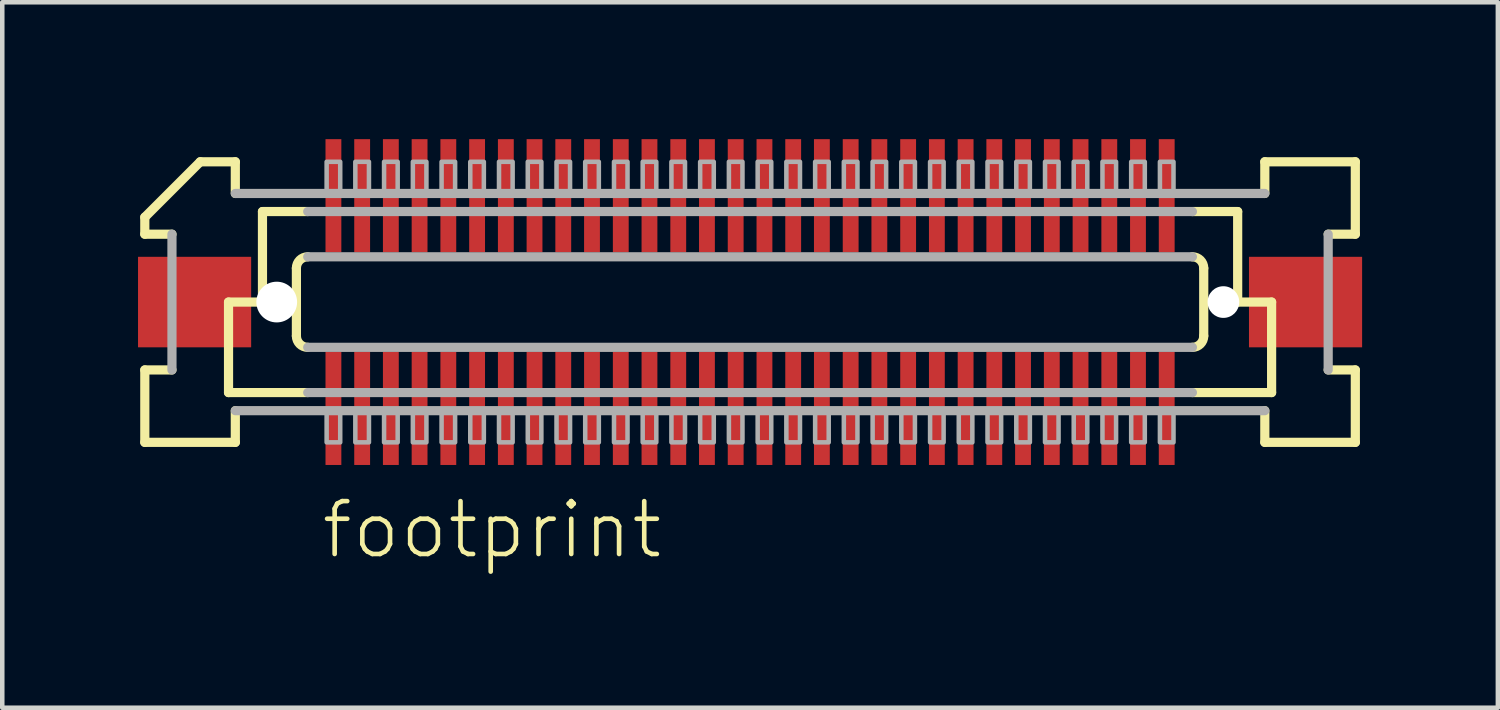
<source format=kicad_pcb>
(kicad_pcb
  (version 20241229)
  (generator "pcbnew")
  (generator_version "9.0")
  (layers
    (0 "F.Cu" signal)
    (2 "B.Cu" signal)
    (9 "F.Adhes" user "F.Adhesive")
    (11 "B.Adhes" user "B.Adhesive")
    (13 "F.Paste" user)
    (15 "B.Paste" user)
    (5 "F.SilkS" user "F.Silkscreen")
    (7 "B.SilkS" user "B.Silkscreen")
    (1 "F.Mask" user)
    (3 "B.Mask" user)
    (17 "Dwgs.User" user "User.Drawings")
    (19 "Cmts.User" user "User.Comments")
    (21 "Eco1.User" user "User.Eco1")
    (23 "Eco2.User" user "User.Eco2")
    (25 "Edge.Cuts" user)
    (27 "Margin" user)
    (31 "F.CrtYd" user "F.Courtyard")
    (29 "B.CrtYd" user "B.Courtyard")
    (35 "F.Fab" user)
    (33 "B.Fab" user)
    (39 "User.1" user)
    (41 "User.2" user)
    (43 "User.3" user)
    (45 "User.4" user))
  (footprint "footprint"
    (layer "F.Cu")
    (at 13.525 3.625)
    (property "Reference" "footprint" (at -9.525 5.715 0) (layer "F.SilkS") (effects (font (size 1.168 1.168) (thickness 0.102)) (justify left bottom)))
    (fp_poly (pts (xy -9.408 -1.075) (xy -9.008 -1.075) (xy -9.008 -3.625) (xy -9.408 -3.625)) (stroke (width 0) (type solid)) (fill yes) (layer "F.Mask"))
    (fp_poly (pts (xy -9.008 1.075) (xy -9.408 1.075) (xy -9.408 3.625) (xy -9.008 3.625)) (stroke (width 0) (type solid)) (fill yes) (layer "F.Mask"))
    (fp_poly (pts (xy -8.773 -1.075) (xy -8.373 -1.075) (xy -8.373 -3.625) (xy -8.773 -3.625)) (stroke (width 0) (type solid)) (fill yes) (layer "F.Mask"))
    (fp_poly (pts (xy -8.373 1.075) (xy -8.773 1.075) (xy -8.773 3.625) (xy -8.373 3.625)) (stroke (width 0) (type solid)) (fill yes) (layer "F.Mask"))
    (fp_poly (pts (xy -8.137 -1.075) (xy -7.737 -1.075) (xy -7.737 -3.625) (xy -8.137 -3.625)) (stroke (width 0) (type solid)) (fill yes) (layer "F.Mask"))
    (fp_poly (pts (xy -7.737 1.075) (xy -8.137 1.075) (xy -8.137 3.625) (xy -7.737 3.625)) (stroke (width 0) (type solid)) (fill yes) (layer "F.Mask"))
    (fp_poly (pts (xy -7.503 -1.075) (xy -7.103 -1.075) (xy -7.103 -3.625) (xy -7.503 -3.625)) (stroke (width 0) (type solid)) (fill yes) (layer "F.Mask"))
    (fp_poly (pts (xy -7.103 1.075) (xy -7.503 1.075) (xy -7.503 3.625) (xy -7.103 3.625)) (stroke (width 0) (type solid)) (fill yes) (layer "F.Mask"))
    (fp_poly (pts (xy -6.867 -1.075) (xy -6.468 -1.075) (xy -6.468 -3.625) (xy -6.867 -3.625)) (stroke (width 0) (type solid)) (fill yes) (layer "F.Mask"))
    (fp_poly (pts (xy -6.468 1.075) (xy -6.867 1.075) (xy -6.867 3.625) (xy -6.468 3.625)) (stroke (width 0) (type solid)) (fill yes) (layer "F.Mask"))
    (fp_poly (pts (xy -6.232 -1.075) (xy -5.832 -1.075) (xy -5.832 -3.625) (xy -6.232 -3.625)) (stroke (width 0) (type solid)) (fill yes) (layer "F.Mask"))
    (fp_poly (pts (xy -5.832 1.075) (xy -6.232 1.075) (xy -6.232 3.625) (xy -5.832 3.625)) (stroke (width 0) (type solid)) (fill yes) (layer "F.Mask"))
    (fp_poly (pts (xy -5.598 -1.075) (xy -5.197 -1.075) (xy -5.197 -3.625) (xy -5.598 -3.625)) (stroke (width 0) (type solid)) (fill yes) (layer "F.Mask"))
    (fp_poly (pts (xy -5.197 1.075) (xy -5.598 1.075) (xy -5.598 3.625) (xy -5.197 3.625)) (stroke (width 0) (type solid)) (fill yes) (layer "F.Mask"))
    (fp_poly (pts (xy -4.963 -1.075) (xy -4.562 -1.075) (xy -4.562 -3.625) (xy -4.963 -3.625)) (stroke (width 0) (type solid)) (fill yes) (layer "F.Mask"))
    (fp_poly (pts (xy -4.562 1.075) (xy -4.963 1.075) (xy -4.963 3.625) (xy -4.562 3.625)) (stroke (width 0) (type solid)) (fill yes) (layer "F.Mask"))
    (fp_poly (pts (xy -4.327 -1.075) (xy -3.928 -1.075) (xy -3.928 -3.625) (xy -4.327 -3.625)) (stroke (width 0) (type solid)) (fill yes) (layer "F.Mask"))
    (fp_poly (pts (xy -3.928 1.075) (xy -4.327 1.075) (xy -4.327 3.625) (xy -3.928 3.625)) (stroke (width 0) (type solid)) (fill yes) (layer "F.Mask"))
    (fp_poly (pts (xy -3.692 -1.075) (xy -3.292 -1.075) (xy -3.292 -3.625) (xy -3.692 -3.625)) (stroke (width 0) (type solid)) (fill yes) (layer "F.Mask"))
    (fp_poly (pts (xy -3.292 1.075) (xy -3.692 1.075) (xy -3.692 3.625) (xy -3.292 3.625)) (stroke (width 0) (type solid)) (fill yes) (layer "F.Mask"))
    (fp_poly (pts (xy -3.058 -1.075) (xy -2.658 -1.075) (xy -2.658 -3.625) (xy -3.058 -3.625)) (stroke (width 0) (type solid)) (fill yes) (layer "F.Mask"))
    (fp_poly (pts (xy -2.658 1.075) (xy -3.058 1.075) (xy -3.058 3.625) (xy -2.658 3.625)) (stroke (width 0) (type solid)) (fill yes) (layer "F.Mask"))
    (fp_poly (pts (xy -2.422 -1.075) (xy -2.022 -1.075) (xy -2.022 -3.625) (xy -2.422 -3.625)) (stroke (width 0) (type solid)) (fill yes) (layer "F.Mask"))
    (fp_poly (pts (xy -2.022 1.075) (xy -2.422 1.075) (xy -2.422 3.625) (xy -2.022 3.625)) (stroke (width 0) (type solid)) (fill yes) (layer "F.Mask"))
    (fp_poly (pts (xy -1.788 -1.075) (xy -1.387 -1.075) (xy -1.387 -3.625) (xy -1.788 -3.625)) (stroke (width 0) (type solid)) (fill yes) (layer "F.Mask"))
    (fp_poly (pts (xy -1.387 1.075) (xy -1.788 1.075) (xy -1.788 3.625) (xy -1.387 3.625)) (stroke (width 0) (type solid)) (fill yes) (layer "F.Mask"))
    (fp_poly (pts (xy -1.153 -1.075) (xy -0.752 -1.075) (xy -0.752 -3.625) (xy -1.153 -3.625)) (stroke (width 0) (type solid)) (fill yes) (layer "F.Mask"))
    (fp_poly (pts (xy -0.752 1.075) (xy -1.153 1.075) (xy -1.153 3.625) (xy -0.752 3.625)) (stroke (width 0) (type solid)) (fill yes) (layer "F.Mask"))
    (fp_poly (pts (xy -0.517 -1.075) (xy -0.117 -1.075) (xy -0.117 -3.625) (xy -0.517 -3.625)) (stroke (width 0) (type solid)) (fill yes) (layer "F.Mask"))
    (fp_poly (pts (xy -0.117 1.075) (xy -0.517 1.075) (xy -0.517 3.625) (xy -0.117 3.625)) (stroke (width 0) (type solid)) (fill yes) (layer "F.Mask"))
    (fp_poly (pts (xy 0.117 -1.075) (xy 0.517 -1.075) (xy 0.517 -3.625) (xy 0.117 -3.625)) (stroke (width 0) (type solid)) (fill yes) (layer "F.Mask"))
    (fp_poly (pts (xy 0.517 1.075) (xy 0.117 1.075) (xy 0.117 3.625) (xy 0.517 3.625)) (stroke (width 0) (type solid)) (fill yes) (layer "F.Mask"))
    (fp_poly (pts (xy 0.752 -1.075) (xy 1.153 -1.075) (xy 1.153 -3.625) (xy 0.752 -3.625)) (stroke (width 0) (type solid)) (fill yes) (layer "F.Mask"))
    (fp_poly (pts (xy 1.153 1.075) (xy 0.752 1.075) (xy 0.752 3.625) (xy 1.153 3.625)) (stroke (width 0) (type solid)) (fill yes) (layer "F.Mask"))
    (fp_poly (pts (xy 1.387 -1.075) (xy 1.788 -1.075) (xy 1.788 -3.625) (xy 1.387 -3.625)) (stroke (width 0) (type solid)) (fill yes) (layer "F.Mask"))
    (fp_poly (pts (xy 1.788 1.075) (xy 1.387 1.075) (xy 1.387 3.625) (xy 1.788 3.625)) (stroke (width 0) (type solid)) (fill yes) (layer "F.Mask"))
    (fp_poly (pts (xy 2.022 -1.075) (xy 2.422 -1.075) (xy 2.422 -3.625) (xy 2.022 -3.625)) (stroke (width 0) (type solid)) (fill yes) (layer "F.Mask"))
    (fp_poly (pts (xy 2.422 1.075) (xy 2.022 1.075) (xy 2.022 3.625) (xy 2.422 3.625)) (stroke (width 0) (type solid)) (fill yes) (layer "F.Mask"))
    (fp_poly (pts (xy 2.658 -1.075) (xy 3.058 -1.075) (xy 3.058 -3.625) (xy 2.658 -3.625)) (stroke (width 0) (type solid)) (fill yes) (layer "F.Mask"))
    (fp_poly (pts (xy 3.058 1.075) (xy 2.658 1.075) (xy 2.658 3.625) (xy 3.058 3.625)) (stroke (width 0) (type solid)) (fill yes) (layer "F.Mask"))
    (fp_poly (pts (xy 3.292 -1.075) (xy 3.692 -1.075) (xy 3.692 -3.625) (xy 3.292 -3.625)) (stroke (width 0) (type solid)) (fill yes) (layer "F.Mask"))
    (fp_poly (pts (xy 3.692 1.075) (xy 3.292 1.075) (xy 3.292 3.625) (xy 3.692 3.625)) (stroke (width 0) (type solid)) (fill yes) (layer "F.Mask"))
    (fp_poly (pts (xy 3.928 -1.075) (xy 4.327 -1.075) (xy 4.327 -3.625) (xy 3.928 -3.625)) (stroke (width 0) (type solid)) (fill yes) (layer "F.Mask"))
    (fp_poly (pts (xy 4.327 1.075) (xy 3.928 1.075) (xy 3.928 3.625) (xy 4.327 3.625)) (stroke (width 0) (type solid)) (fill yes) (layer "F.Mask"))
    (fp_poly (pts (xy 4.562 -1.075) (xy 4.963 -1.075) (xy 4.963 -3.625) (xy 4.562 -3.625)) (stroke (width 0) (type solid)) (fill yes) (layer "F.Mask"))
    (fp_poly (pts (xy 4.963 1.075) (xy 4.562 1.075) (xy 4.562 3.625) (xy 4.963 3.625)) (stroke (width 0) (type solid)) (fill yes) (layer "F.Mask"))
    (fp_poly (pts (xy 5.197 -1.075) (xy 5.598 -1.075) (xy 5.598 -3.625) (xy 5.197 -3.625)) (stroke (width 0) (type solid)) (fill yes) (layer "F.Mask"))
    (fp_poly (pts (xy 5.598 1.075) (xy 5.197 1.075) (xy 5.197 3.625) (xy 5.598 3.625)) (stroke (width 0) (type solid)) (fill yes) (layer "F.Mask"))
    (fp_poly (pts (xy 5.832 -1.075) (xy 6.232 -1.075) (xy 6.232 -3.625) (xy 5.832 -3.625)) (stroke (width 0) (type solid)) (fill yes) (layer "F.Mask"))
    (fp_poly (pts (xy 6.232 1.075) (xy 5.832 1.075) (xy 5.832 3.625) (xy 6.232 3.625)) (stroke (width 0) (type solid)) (fill yes) (layer "F.Mask"))
    (fp_poly (pts (xy 6.468 -1.075) (xy 6.867 -1.075) (xy 6.867 -3.625) (xy 6.468 -3.625)) (stroke (width 0) (type solid)) (fill yes) (layer "F.Mask"))
    (fp_poly (pts (xy 6.867 1.075) (xy 6.468 1.075) (xy 6.468 3.625) (xy 6.867 3.625)) (stroke (width 0) (type solid)) (fill yes) (layer "F.Mask"))
    (fp_poly (pts (xy 7.103 -1.075) (xy 7.503 -1.075) (xy 7.503 -3.625) (xy 7.103 -3.625)) (stroke (width 0) (type solid)) (fill yes) (layer "F.Mask"))
    (fp_poly (pts (xy 7.503 1.075) (xy 7.103 1.075) (xy 7.103 3.625) (xy 7.503 3.625)) (stroke (width 0) (type solid)) (fill yes) (layer "F.Mask"))
    (fp_poly (pts (xy 7.737 -1.075) (xy 8.137 -1.075) (xy 8.137 -3.625) (xy 7.737 -3.625)) (stroke (width 0) (type solid)) (fill yes) (layer "F.Mask"))
    (fp_poly (pts (xy 8.137 1.075) (xy 7.737 1.075) (xy 7.737 3.625) (xy 8.137 3.625)) (stroke (width 0) (type solid)) (fill yes) (layer "F.Mask"))
    (fp_poly (pts (xy 8.373 -1.075) (xy 8.773 -1.075) (xy 8.773 -3.625) (xy 8.373 -3.625)) (stroke (width 0) (type solid)) (fill yes) (layer "F.Mask"))
    (fp_poly (pts (xy 8.773 1.075) (xy 8.373 1.075) (xy 8.373 3.625) (xy 8.773 3.625)) (stroke (width 0) (type solid)) (fill yes) (layer "F.Mask"))
    (fp_poly (pts (xy 9.008 -1.075) (xy 9.408 -1.075) (xy 9.408 -3.625) (xy 9.008 -3.625)) (stroke (width 0) (type solid)) (fill yes) (layer "F.Mask"))
    (fp_poly (pts (xy 9.408 1.075) (xy 9.008 1.075) (xy 9.008 3.625) (xy 9.408 3.625)) (stroke (width 0) (type solid)) (fill yes) (layer "F.Mask"))
    (fp_line (start -13.375 -1.5) (end -13.375 -1.875) (stroke (width 0.203) (type solid)) (layer "F.SilkS"))
    (fp_line (start -13.375 1.5) (end -12.775 1.5) (stroke (width 0.203) (type solid)) (layer "F.SilkS"))
    (fp_line (start -13.375 3.1) (end -13.375 1.5) (stroke (width 0.203) (type solid)) (layer "F.SilkS"))
    (fp_line (start -12.775 -1.5) (end -13.375 -1.5) (stroke (width 0.203) (type solid)) (layer "F.SilkS"))
    (fp_line (start -12.15 -3.1) (end -13.375 -1.875) (stroke (width 0.203) (type solid)) (layer "F.SilkS"))
    (fp_line (start -12.15 -3.1) (end -11.375 -3.1) (stroke (width 0.203) (type solid)) (layer "F.SilkS"))
    (fp_line (start -11.525 0) (end -11.525 2) (stroke (width 0.203) (type solid)) (layer "F.SilkS"))
    (fp_line (start -11.525 2) (end -9.775 2) (stroke (width 0.203) (type solid)) (layer "F.SilkS"))
    (fp_line (start -11.375 -3.1) (end -11.375 -2.4) (stroke (width 0.203) (type solid)) (layer "F.SilkS"))
    (fp_line (start -11.375 2.4) (end -11.375 3.1) (stroke (width 0.203) (type solid)) (layer "F.SilkS"))
    (fp_line (start -11.375 3.1) (end -13.375 3.1) (stroke (width 0.203) (type solid)) (layer "F.SilkS"))
    (fp_line (start -10.775 -2) (end -10.775 0) (stroke (width 0.203) (type solid)) (layer "F.SilkS"))
    (fp_line (start -10.775 0) (end -11.525 0) (stroke (width 0.203) (type solid)) (layer "F.SilkS"))
    (fp_line (start -10.025 0.75) (end -10.025 -0.75) (stroke (width 0.203) (type solid)) (layer "F.SilkS"))
    (fp_line (start -9.775 -2) (end -10.775 -2) (stroke (width 0.203) (type solid)) (layer "F.SilkS"))
    (fp_line (start 9.775 2) (end 11.525 2) (stroke (width 0.203) (type solid)) (layer "F.SilkS"))
    (fp_line (start 10.025 -0.75) (end 10.025 0.75) (stroke (width 0.203) (type solid)) (layer "F.SilkS"))
    (fp_line (start 10.775 -2) (end 9.775 -2) (stroke (width 0.203) (type solid)) (layer "F.SilkS"))
    (fp_line (start 10.775 -2) (end 10.775 0) (stroke (width 0.203) (type solid)) (layer "F.SilkS"))
    (fp_line (start 11.375 -3.1) (end 13.375 -3.1) (stroke (width 0.203) (type solid)) (layer "F.SilkS"))
    (fp_line (start 11.375 -2.4) (end 11.375 -3.1) (stroke (width 0.203) (type solid)) (layer "F.SilkS"))
    (fp_line (start 11.375 3.1) (end 11.375 2.4) (stroke (width 0.203) (type solid)) (layer "F.SilkS"))
    (fp_line (start 11.525 0) (end 10.775 0) (stroke (width 0.203) (type solid)) (layer "F.SilkS"))
    (fp_line (start 11.525 0) (end 11.525 2) (stroke (width 0.203) (type solid)) (layer "F.SilkS"))
    (fp_line (start 12.775 1.5) (end 13.375 1.5) (stroke (width 0.203) (type solid)) (layer "F.SilkS"))
    (fp_line (start 13.375 -3.1) (end 13.375 -1.5) (stroke (width 0.203) (type solid)) (layer "F.SilkS"))
    (fp_line (start 13.375 -1.5) (end 12.775 -1.5) (stroke (width 0.203) (type solid)) (layer "F.SilkS"))
    (fp_line (start 13.375 1.5) (end 13.375 3.1) (stroke (width 0.203) (type solid)) (layer "F.SilkS"))
    (fp_line (start 13.375 3.1) (end 11.375 3.1) (stroke (width 0.203) (type solid)) (layer "F.SilkS"))
    (fp_arc (start -10.025 -0.75) (mid -9.951777 -0.926777) (end -9.775 -1) (stroke (width 0.2032) (type solid)) (layer "F.SilkS"))
    (fp_arc (start -9.775 1) (mid -9.951777 0.926777) (end -10.025 0.75) (stroke (width 0.2032) (type solid)) (layer "F.SilkS"))
    (fp_arc (start 9.775 -1) (mid 9.951777 -0.926777) (end 10.025 -0.75) (stroke (width 0.2032) (type solid)) (layer "F.SilkS"))
    (fp_arc (start 10.025 0.75) (mid 9.951777 0.926777) (end 9.775 1) (stroke (width 0.2032) (type solid)) (layer "F.SilkS"))
    (fp_line (start -12.775 1.5) (end -12.775 -1.5) (stroke (width 0.203) (type solid)) (layer "F.Fab"))
    (fp_line (start -11.375 -2.4) (end 11.375 -2.4) (stroke (width 0.203) (type solid)) (layer "F.Fab"))
    (fp_line (start -9.775 -1) (end 9.775 -1) (stroke (width 0.203) (type solid)) (layer "F.Fab"))
    (fp_line (start -9.775 2) (end 9.775 2) (stroke (width 0.203) (type solid)) (layer "F.Fab"))
    (fp_line (start 9.775 -2) (end -9.775 -2) (stroke (width 0.203) (type solid)) (layer "F.Fab"))
    (fp_line (start 9.775 1) (end -9.775 1) (stroke (width 0.203) (type solid)) (layer "F.Fab"))
    (fp_line (start 11.375 2.4) (end -11.375 2.4) (stroke (width 0.203) (type solid)) (layer "F.Fab"))
    (fp_line (start 12.775 -1.5) (end 12.775 1.5) (stroke (width 0.203) (type solid)) (layer "F.Fab"))
    (fp_poly (pts (xy -9.357 3.1) (xy -9.057 3.1) (xy -9.057 2.375) (xy -9.357 2.375)) (stroke (width 0.1) (type solid)) (fill no) (layer "F.Fab"))
    (fp_poly (pts (xy -9.057 -3.1) (xy -9.357 -3.1) (xy -9.357 -2.375) (xy -9.057 -2.375)) (stroke (width 0.1) (type solid)) (fill no) (layer "F.Fab"))
    (fp_poly (pts (xy -8.723 3.1) (xy -8.422 3.1) (xy -8.422 2.375) (xy -8.723 2.375)) (stroke (width 0.1) (type solid)) (fill no) (layer "F.Fab"))
    (fp_poly (pts (xy -8.422 -3.1) (xy -8.723 -3.1) (xy -8.723 -2.375) (xy -8.422 -2.375)) (stroke (width 0.1) (type solid)) (fill no) (layer "F.Fab"))
    (fp_poly (pts (xy -8.088 3.1) (xy -7.787 3.1) (xy -7.787 2.375) (xy -8.088 2.375)) (stroke (width 0.1) (type solid)) (fill no) (layer "F.Fab"))
    (fp_poly (pts (xy -7.787 -3.1) (xy -8.088 -3.1) (xy -8.088 -2.375) (xy -7.787 -2.375)) (stroke (width 0.1) (type solid)) (fill no) (layer "F.Fab"))
    (fp_poly (pts (xy -7.452 3.1) (xy -7.152 3.1) (xy -7.152 2.375) (xy -7.452 2.375)) (stroke (width 0.1) (type solid)) (fill no) (layer "F.Fab"))
    (fp_poly (pts (xy -7.152 -3.1) (xy -7.452 -3.1) (xy -7.452 -2.375) (xy -7.152 -2.375)) (stroke (width 0.1) (type solid)) (fill no) (layer "F.Fab"))
    (fp_poly (pts (xy -6.817 3.1) (xy -6.518 3.1) (xy -6.518 2.375) (xy -6.817 2.375)) (stroke (width 0.1) (type solid)) (fill no) (layer "F.Fab"))
    (fp_poly (pts (xy -6.518 -3.1) (xy -6.817 -3.1) (xy -6.817 -2.375) (xy -6.518 -2.375)) (stroke (width 0.1) (type solid)) (fill no) (layer "F.Fab"))
    (fp_poly (pts (xy -6.183 3.1) (xy -5.883 3.1) (xy -5.883 2.375) (xy -6.183 2.375)) (stroke (width 0.1) (type solid)) (fill no) (layer "F.Fab"))
    (fp_poly (pts (xy -5.883 -3.1) (xy -6.183 -3.1) (xy -6.183 -2.375) (xy -5.883 -2.375)) (stroke (width 0.1) (type solid)) (fill no) (layer "F.Fab"))
    (fp_poly (pts (xy -5.548 3.1) (xy -5.247 3.1) (xy -5.247 2.375) (xy -5.548 2.375)) (stroke (width 0.1) (type solid)) (fill no) (layer "F.Fab"))
    (fp_poly (pts (xy -5.247 -3.1) (xy -5.548 -3.1) (xy -5.548 -2.375) (xy -5.247 -2.375)) (stroke (width 0.1) (type solid)) (fill no) (layer "F.Fab"))
    (fp_poly (pts (xy -4.912 3.1) (xy -4.612 3.1) (xy -4.612 2.375) (xy -4.912 2.375)) (stroke (width 0.1) (type solid)) (fill no) (layer "F.Fab"))
    (fp_poly (pts (xy -4.612 -3.1) (xy -4.912 -3.1) (xy -4.912 -2.375) (xy -4.612 -2.375)) (stroke (width 0.1) (type solid)) (fill no) (layer "F.Fab"))
    (fp_poly (pts (xy -4.277 3.1) (xy -3.978 3.1) (xy -3.978 2.375) (xy -4.277 2.375)) (stroke (width 0.1) (type solid)) (fill no) (layer "F.Fab"))
    (fp_poly (pts (xy -3.978 -3.1) (xy -4.277 -3.1) (xy -4.277 -2.375) (xy -3.978 -2.375)) (stroke (width 0.1) (type solid)) (fill no) (layer "F.Fab"))
    (fp_poly (pts (xy -3.643 3.1) (xy -3.342 3.1) (xy -3.342 2.375) (xy -3.643 2.375)) (stroke (width 0.1) (type solid)) (fill no) (layer "F.Fab"))
    (fp_poly (pts (xy -3.342 -3.1) (xy -3.643 -3.1) (xy -3.643 -2.375) (xy -3.342 -2.375)) (stroke (width 0.1) (type solid)) (fill no) (layer "F.Fab"))
    (fp_poly (pts (xy -3.007 3.1) (xy -2.708 3.1) (xy -2.708 2.375) (xy -3.007 2.375)) (stroke (width 0.1) (type solid)) (fill no) (layer "F.Fab"))
    (fp_poly (pts (xy -2.708 -3.1) (xy -3.007 -3.1) (xy -3.007 -2.375) (xy -2.708 -2.375)) (stroke (width 0.1) (type solid)) (fill no) (layer "F.Fab"))
    (fp_poly (pts (xy -2.373 3.1) (xy -2.072 3.1) (xy -2.072 2.375) (xy -2.373 2.375)) (stroke (width 0.1) (type solid)) (fill no) (layer "F.Fab"))
    (fp_poly (pts (xy -2.072 -3.1) (xy -2.373 -3.1) (xy -2.373 -2.375) (xy -2.072 -2.375)) (stroke (width 0.1) (type solid)) (fill no) (layer "F.Fab"))
    (fp_poly (pts (xy -1.738 3.1) (xy -1.438 3.1) (xy -1.438 2.375) (xy -1.738 2.375)) (stroke (width 0.1) (type solid)) (fill no) (layer "F.Fab"))
    (fp_poly (pts (xy -1.438 -3.1) (xy -1.738 -3.1) (xy -1.738 -2.375) (xy -1.438 -2.375)) (stroke (width 0.1) (type solid)) (fill no) (layer "F.Fab"))
    (fp_poly (pts (xy -1.103 3.1) (xy -0.802 3.1) (xy -0.802 2.375) (xy -1.103 2.375)) (stroke (width 0.1) (type solid)) (fill no) (layer "F.Fab"))
    (fp_poly (pts (xy -0.802 -3.1) (xy -1.103 -3.1) (xy -1.103 -2.375) (xy -0.802 -2.375)) (stroke (width 0.1) (type solid)) (fill no) (layer "F.Fab"))
    (fp_poly (pts (xy -0.468 3.1) (xy -0.168 3.1) (xy -0.168 2.375) (xy -0.468 2.375)) (stroke (width 0.1) (type solid)) (fill no) (layer "F.Fab"))
    (fp_poly (pts (xy -0.168 -3.1) (xy -0.468 -3.1) (xy -0.468 -2.375) (xy -0.168 -2.375)) (stroke (width 0.1) (type solid)) (fill no) (layer "F.Fab"))
    (fp_poly (pts (xy 0.168 3.1) (xy 0.468 3.1) (xy 0.468 2.375) (xy 0.168 2.375)) (stroke (width 0.1) (type solid)) (fill no) (layer "F.Fab"))
    (fp_poly (pts (xy 0.468 -3.1) (xy 0.168 -3.1) (xy 0.168 -2.375) (xy 0.468 -2.375)) (stroke (width 0.1) (type solid)) (fill no) (layer "F.Fab"))
    (fp_poly (pts (xy 0.802 3.1) (xy 1.103 3.1) (xy 1.103 2.375) (xy 0.802 2.375)) (stroke (width 0.1) (type solid)) (fill no) (layer "F.Fab"))
    (fp_poly (pts (xy 1.103 -3.1) (xy 0.802 -3.1) (xy 0.802 -2.375) (xy 1.103 -2.375)) (stroke (width 0.1) (type solid)) (fill no) (layer "F.Fab"))
    (fp_poly (pts (xy 1.438 3.1) (xy 1.738 3.1) (xy 1.738 2.375) (xy 1.438 2.375)) (stroke (width 0.1) (type solid)) (fill no) (layer "F.Fab"))
    (fp_poly (pts (xy 1.738 -3.1) (xy 1.438 -3.1) (xy 1.438 -2.375) (xy 1.738 -2.375)) (stroke (width 0.1) (type solid)) (fill no) (layer "F.Fab"))
    (fp_poly (pts (xy 2.072 3.1) (xy 2.373 3.1) (xy 2.373 2.375) (xy 2.072 2.375)) (stroke (width 0.1) (type solid)) (fill no) (layer "F.Fab"))
    (fp_poly (pts (xy 2.373 -3.1) (xy 2.072 -3.1) (xy 2.072 -2.375) (xy 2.373 -2.375)) (stroke (width 0.1) (type solid)) (fill no) (layer "F.Fab"))
    (fp_poly (pts (xy 2.708 3.1) (xy 3.007 3.1) (xy 3.007 2.375) (xy 2.708 2.375)) (stroke (width 0.1) (type solid)) (fill no) (layer "F.Fab"))
    (fp_poly (pts (xy 3.007 -3.1) (xy 2.708 -3.1) (xy 2.708 -2.375) (xy 3.007 -2.375)) (stroke (width 0.1) (type solid)) (fill no) (layer "F.Fab"))
    (fp_poly (pts (xy 3.342 3.1) (xy 3.643 3.1) (xy 3.643 2.375) (xy 3.342 2.375)) (stroke (width 0.1) (type solid)) (fill no) (layer "F.Fab"))
    (fp_poly (pts (xy 3.643 -3.1) (xy 3.342 -3.1) (xy 3.342 -2.375) (xy 3.643 -2.375)) (stroke (width 0.1) (type solid)) (fill no) (layer "F.Fab"))
    (fp_poly (pts (xy 3.978 3.1) (xy 4.277 3.1) (xy 4.277 2.375) (xy 3.978 2.375)) (stroke (width 0.1) (type solid)) (fill no) (layer "F.Fab"))
    (fp_poly (pts (xy 4.277 -3.1) (xy 3.978 -3.1) (xy 3.978 -2.375) (xy 4.277 -2.375)) (stroke (width 0.1) (type solid)) (fill no) (layer "F.Fab"))
    (fp_poly (pts (xy 4.612 3.1) (xy 4.912 3.1) (xy 4.912 2.375) (xy 4.612 2.375)) (stroke (width 0.1) (type solid)) (fill no) (layer "F.Fab"))
    (fp_poly (pts (xy 4.912 -3.1) (xy 4.612 -3.1) (xy 4.612 -2.375) (xy 4.912 -2.375)) (stroke (width 0.1) (type solid)) (fill no) (layer "F.Fab"))
    (fp_poly (pts (xy 5.247 3.1) (xy 5.548 3.1) (xy 5.548 2.375) (xy 5.247 2.375)) (stroke (width 0.1) (type solid)) (fill no) (layer "F.Fab"))
    (fp_poly (pts (xy 5.548 -3.1) (xy 5.247 -3.1) (xy 5.247 -2.375) (xy 5.548 -2.375)) (stroke (width 0.1) (type solid)) (fill no) (layer "F.Fab"))
    (fp_poly (pts (xy 5.883 3.1) (xy 6.183 3.1) (xy 6.183 2.375) (xy 5.883 2.375)) (stroke (width 0.1) (type solid)) (fill no) (layer "F.Fab"))
    (fp_poly (pts (xy 6.183 -3.1) (xy 5.883 -3.1) (xy 5.883 -2.375) (xy 6.183 -2.375)) (stroke (width 0.1) (type solid)) (fill no) (layer "F.Fab"))
    (fp_poly (pts (xy 6.518 3.1) (xy 6.817 3.1) (xy 6.817 2.375) (xy 6.518 2.375)) (stroke (width 0.1) (type solid)) (fill no) (layer "F.Fab"))
    (fp_poly (pts (xy 6.817 -3.1) (xy 6.518 -3.1) (xy 6.518 -2.375) (xy 6.817 -2.375)) (stroke (width 0.1) (type solid)) (fill no) (layer "F.Fab"))
    (fp_poly (pts (xy 7.152 3.1) (xy 7.452 3.1) (xy 7.452 2.375) (xy 7.152 2.375)) (stroke (width 0.1) (type solid)) (fill no) (layer "F.Fab"))
    (fp_poly (pts (xy 7.452 -3.1) (xy 7.152 -3.1) (xy 7.152 -2.375) (xy 7.452 -2.375)) (stroke (width 0.1) (type solid)) (fill no) (layer "F.Fab"))
    (fp_poly (pts (xy 7.787 3.1) (xy 8.088 3.1) (xy 8.088 2.375) (xy 7.787 2.375)) (stroke (width 0.1) (type solid)) (fill no) (layer "F.Fab"))
    (fp_poly (pts (xy 8.088 -3.1) (xy 7.787 -3.1) (xy 7.787 -2.375) (xy 8.088 -2.375)) (stroke (width 0.1) (type solid)) (fill no) (layer "F.Fab"))
    (fp_poly (pts (xy 8.422 3.1) (xy 8.723 3.1) (xy 8.723 2.375) (xy 8.422 2.375)) (stroke (width 0.1) (type solid)) (fill no) (layer "F.Fab"))
    (fp_poly (pts (xy 8.723 -3.1) (xy 8.422 -3.1) (xy 8.422 -2.375) (xy 8.723 -2.375)) (stroke (width 0.1) (type solid)) (fill no) (layer "F.Fab"))
    (fp_poly (pts (xy 9.057 3.1) (xy 9.357 3.1) (xy 9.357 2.375) (xy 9.057 2.375)) (stroke (width 0.1) (type solid)) (fill no) (layer "F.Fab"))
    (fp_poly (pts (xy 9.357 -3.1) (xy 9.057 -3.1) (xy 9.057 -2.375) (xy 9.357 -2.375)) (stroke (width 0.1) (type solid)) (fill no) (layer "F.Fab"))
    (pad "" np_thru_hole circle (at -10.46 0) (size 0.9 0.9) (drill 0.9) (layers "*.Cu" "*.Mask"))
    (pad "" np_thru_hole circle (at 10.46 0) (size 0.7 0.7) (drill 0.7) (layers "*.Cu" "*.Mask"))
    (pad "1" smd rect (at -9.207 -2.35) (size 0.35 2.5) (layers "F.Cu" "F.Paste"))
    (pad "2" smd rect (at -9.207 2.35 180) (size 0.35 2.5) (layers "F.Cu" "F.Paste"))
    (pad "3" smd rect (at -8.572 -2.35) (size 0.35 2.5) (layers "F.Cu" "F.Paste"))
    (pad "4" smd rect (at -8.572 2.35 180) (size 0.35 2.5) (layers "F.Cu" "F.Paste"))
    (pad "5" smd rect (at -7.938 -2.35) (size 0.35 2.5) (layers "F.Cu" "F.Paste"))
    (pad "6" smd rect (at -7.938 2.35 180) (size 0.35 2.5) (layers "F.Cu" "F.Paste"))
    (pad "7" smd rect (at -7.303 -2.35) (size 0.35 2.5) (layers "F.Cu" "F.Paste"))
    (pad "8" smd rect (at -7.303 2.35 180) (size 0.35 2.5) (layers "F.Cu" "F.Paste"))
    (pad "9" smd rect (at -6.668 -2.35) (size 0.35 2.5) (layers "F.Cu" "F.Paste"))
    (pad "10" smd rect (at -6.668 2.35 180) (size 0.35 2.5) (layers "F.Cu" "F.Paste"))
    (pad "11" smd rect (at -6.032 -2.35) (size 0.35 2.5) (layers "F.Cu" "F.Paste"))
    (pad "12" smd rect (at -6.032 2.35 180) (size 0.35 2.5) (layers "F.Cu" "F.Paste"))
    (pad "13" smd rect (at -5.397 -2.35) (size 0.35 2.5) (layers "F.Cu" "F.Paste"))
    (pad "14" smd rect (at -5.397 2.35 180) (size 0.35 2.5) (layers "F.Cu" "F.Paste"))
    (pad "15" smd rect (at -4.763 -2.35) (size 0.35 2.5) (layers "F.Cu" "F.Paste"))
    (pad "16" smd rect (at -4.763 2.35 180) (size 0.35 2.5) (layers "F.Cu" "F.Paste"))
    (pad "17" smd rect (at -4.128 -2.35) (size 0.35 2.5) (layers "F.Cu" "F.Paste"))
    (pad "18" smd rect (at -4.128 2.35 180) (size 0.35 2.5) (layers "F.Cu" "F.Paste"))
    (pad "19" smd rect (at -3.493 -2.35) (size 0.35 2.5) (layers "F.Cu" "F.Paste"))
    (pad "20" smd rect (at -3.493 2.35 180) (size 0.35 2.5) (layers "F.Cu" "F.Paste"))
    (pad "21" smd rect (at -2.857 -2.35) (size 0.35 2.5) (layers "F.Cu" "F.Paste"))
    (pad "22" smd rect (at -2.857 2.35 180) (size 0.35 2.5) (layers "F.Cu" "F.Paste"))
    (pad "23" smd rect (at -2.223 -2.35) (size 0.35 2.5) (layers "F.Cu" "F.Paste"))
    (pad "24" smd rect (at -2.223 2.35 180) (size 0.35 2.5) (layers "F.Cu" "F.Paste"))
    (pad "25" smd rect (at -1.587 -2.35) (size 0.35 2.5) (layers "F.Cu" "F.Paste"))
    (pad "26" smd rect (at -1.587 2.35 180) (size 0.35 2.5) (layers "F.Cu" "F.Paste"))
    (pad "27" smd rect (at -0.953 -2.35) (size 0.35 2.5) (layers "F.Cu" "F.Paste"))
    (pad "28" smd rect (at -0.953 2.35 180) (size 0.35 2.5) (layers "F.Cu" "F.Paste"))
    (pad "29" smd rect (at -0.318 -2.35) (size 0.35 2.5) (layers "F.Cu" "F.Paste"))
    (pad "30" smd rect (at -0.318 2.35 180) (size 0.35 2.5) (layers "F.Cu" "F.Paste"))
    (pad "31" smd rect (at 0.318 -2.35) (size 0.35 2.5) (layers "F.Cu" "F.Paste"))
    (pad "32" smd rect (at 0.318 2.35 180) (size 0.35 2.5) (layers "F.Cu" "F.Paste"))
    (pad "33" smd rect (at 0.953 -2.35) (size 0.35 2.5) (layers "F.Cu" "F.Paste"))
    (pad "34" smd rect (at 0.953 2.35 180) (size 0.35 2.5) (layers "F.Cu" "F.Paste"))
    (pad "35" smd rect (at 1.587 -2.35) (size 0.35 2.5) (layers "F.Cu" "F.Paste"))
    (pad "36" smd rect (at 1.587 2.35 180) (size 0.35 2.5) (layers "F.Cu" "F.Paste"))
    (pad "37" smd rect (at 2.223 -2.35) (size 0.35 2.5) (layers "F.Cu" "F.Paste"))
    (pad "38" smd rect (at 2.223 2.35 180) (size 0.35 2.5) (layers "F.Cu" "F.Paste"))
    (pad "39" smd rect (at 2.857 -2.35) (size 0.35 2.5) (layers "F.Cu" "F.Paste"))
    (pad "40" smd rect (at 2.857 2.35 180) (size 0.35 2.5) (layers "F.Cu" "F.Paste"))
    (pad "41" smd rect (at 3.493 -2.35) (size 0.35 2.5) (layers "F.Cu" "F.Paste"))
    (pad "42" smd rect (at 3.493 2.35 180) (size 0.35 2.5) (layers "F.Cu" "F.Paste"))
    (pad "43" smd rect (at 4.128 -2.35) (size 0.35 2.5) (layers "F.Cu" "F.Paste"))
    (pad "44" smd rect (at 4.128 2.35 180) (size 0.35 2.5) (layers "F.Cu" "F.Paste"))
    (pad "45" smd rect (at 4.763 -2.35) (size 0.35 2.5) (layers "F.Cu" "F.Paste"))
    (pad "46" smd rect (at 4.763 2.35 180) (size 0.35 2.5) (layers "F.Cu" "F.Paste"))
    (pad "47" smd rect (at 5.397 -2.35) (size 0.35 2.5) (layers "F.Cu" "F.Paste"))
    (pad "48" smd rect (at 5.397 2.35 180) (size 0.35 2.5) (layers "F.Cu" "F.Paste"))
    (pad "49" smd rect (at 6.032 -2.35) (size 0.35 2.5) (layers "F.Cu" "F.Paste"))
    (pad "50" smd rect (at 6.032 2.35 180) (size 0.35 2.5) (layers "F.Cu" "F.Paste"))
    (pad "51" smd rect (at 6.668 -2.35) (size 0.35 2.5) (layers "F.Cu" "F.Paste"))
    (pad "52" smd rect (at 6.668 2.35 180) (size 0.35 2.5) (layers "F.Cu" "F.Paste"))
    (pad "53" smd rect (at 7.303 -2.35) (size 0.35 2.5) (layers "F.Cu" "F.Paste"))
    (pad "54" smd rect (at 7.303 2.35 180) (size 0.35 2.5) (layers "F.Cu" "F.Paste"))
    (pad "55" smd rect (at 7.938 -2.35) (size 0.35 2.5) (layers "F.Cu" "F.Paste"))
    (pad "56" smd rect (at 7.938 2.35 180) (size 0.35 2.5) (layers "F.Cu" "F.Paste"))
    (pad "57" smd rect (at 8.572 -2.35) (size 0.35 2.5) (layers "F.Cu" "F.Paste"))
    (pad "58" smd rect (at 8.572 2.35 180) (size 0.35 2.5) (layers "F.Cu" "F.Paste"))
    (pad "59" smd rect (at 9.207 -2.35) (size 0.35 2.5) (layers "F.Cu" "F.Paste"))
    (pad "60" smd rect (at 9.207 2.35 180) (size 0.35 2.5) (layers "F.Cu" "F.Paste"))
    (pad "M1" smd rect (at -12.275 0) (size 2.5 2) (layers "F.Cu" "F.Mask" "F.Paste"))
    (pad "M2" smd rect (at 12.275 0 180) (size 2.5 2) (layers "F.Cu" "F.Mask" "F.Paste")))
  (gr_rect
    (start -3 -3)
    (end 30.05 12.59)
    (stroke (width 0.1) (type default))
    (fill no)
    (layer "Edge.Cuts")))
</source>
